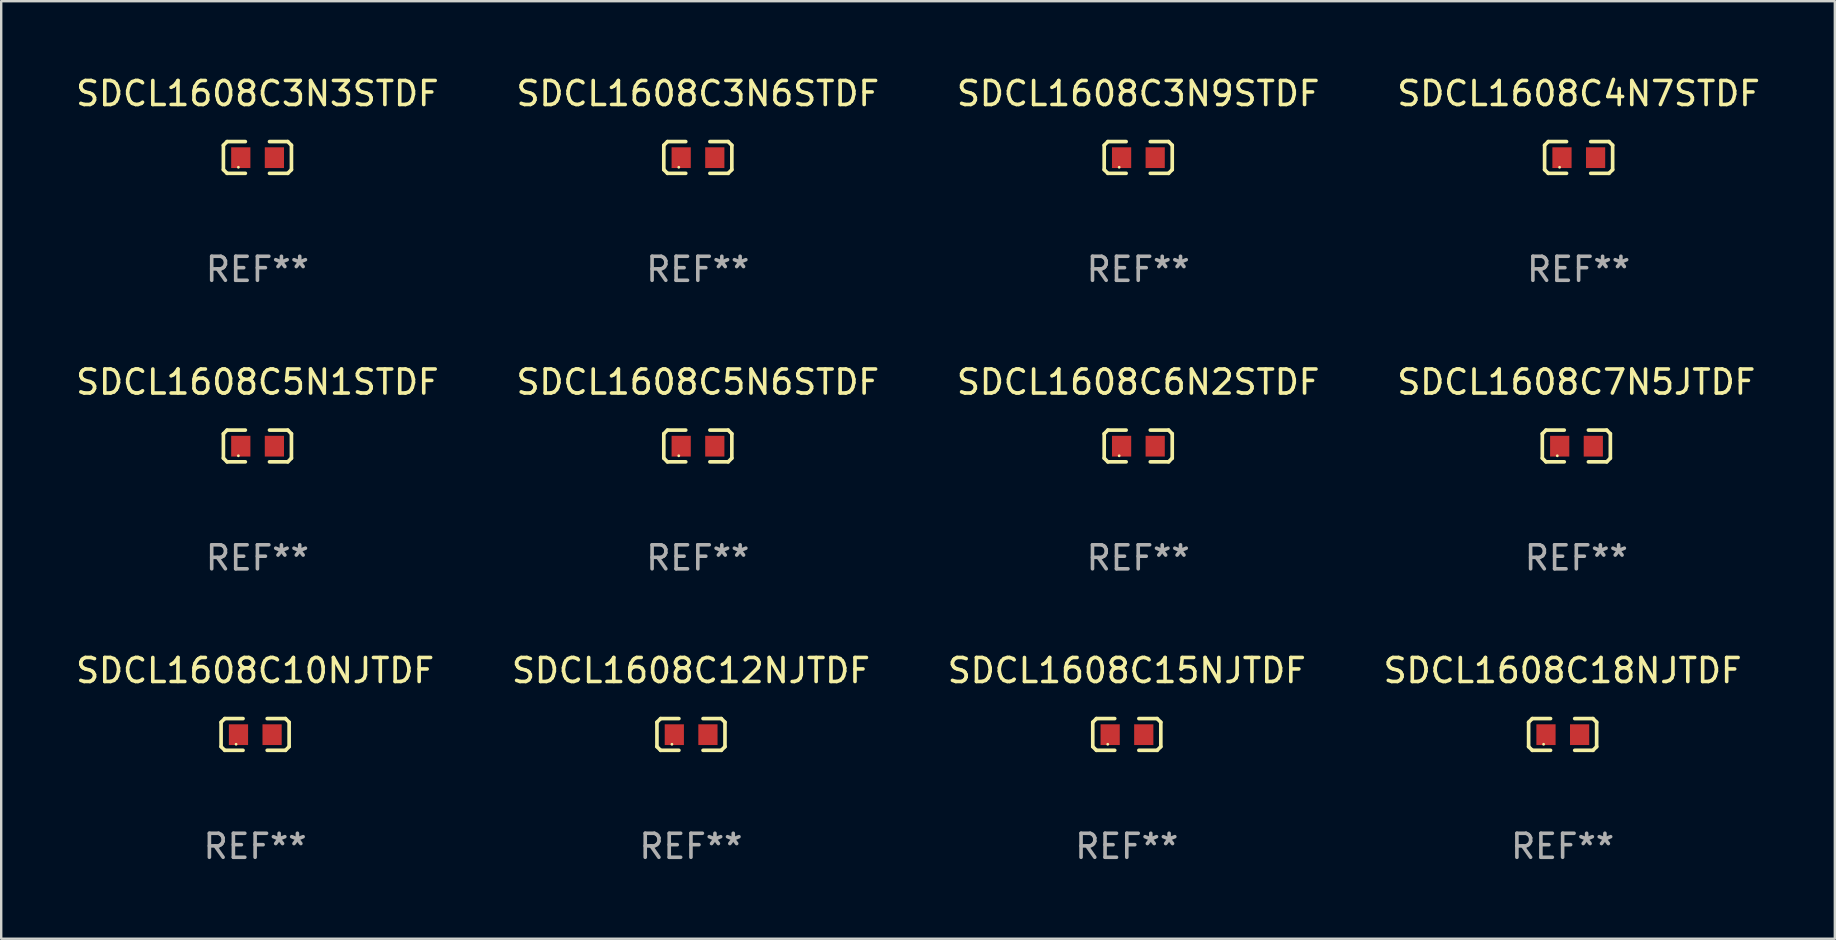
<source format=kicad_pcb>
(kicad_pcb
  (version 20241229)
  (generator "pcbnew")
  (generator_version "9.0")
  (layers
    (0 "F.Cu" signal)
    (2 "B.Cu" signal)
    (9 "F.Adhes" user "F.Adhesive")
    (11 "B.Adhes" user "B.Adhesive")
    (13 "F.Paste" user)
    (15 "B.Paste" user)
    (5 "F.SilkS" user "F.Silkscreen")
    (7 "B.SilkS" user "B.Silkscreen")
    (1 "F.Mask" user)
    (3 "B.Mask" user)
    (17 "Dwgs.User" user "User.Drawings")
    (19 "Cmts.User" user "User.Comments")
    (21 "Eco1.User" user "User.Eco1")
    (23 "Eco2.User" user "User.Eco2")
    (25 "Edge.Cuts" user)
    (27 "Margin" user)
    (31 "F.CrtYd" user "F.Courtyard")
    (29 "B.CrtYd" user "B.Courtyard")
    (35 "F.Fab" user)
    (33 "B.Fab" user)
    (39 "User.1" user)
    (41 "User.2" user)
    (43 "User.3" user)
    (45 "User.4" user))
  (footprint "SDCL1608C7N5JTDF"
    (layer "F.Cu")
    (at 62.613 15.527)
    (property "Reference" "SDCL1608C7N5JTDF" (at 0 -2.661 0) (layer "F.SilkS") (effects (font (size 1 1) (thickness 0.15))))
    (attr through_hole)
    (fp_line (start -1.417 -0.508) (end -1.265 -0.661) (stroke (width 0.152) (type solid)) (layer "F.SilkS"))
    (fp_line (start -1.417 0.508) (end -1.417 -0.508) (stroke (width 0.152) (type solid)) (layer "F.SilkS"))
    (fp_line (start -1.265 -0.661) (end -0.503 -0.661) (stroke (width 0.152) (type solid)) (layer "F.SilkS"))
    (fp_line (start -1.265 0.661) (end -1.417 0.508) (stroke (width 0.152) (type solid)) (layer "F.SilkS"))
    (fp_line (start -1.265 0.661) (end -0.503 0.661) (stroke (width 0.152) (type solid)) (layer "F.SilkS"))
    (fp_line (start 1.265 -0.661) (end 0.503 -0.661) (stroke (width 0.152) (type solid)) (layer "F.SilkS"))
    (fp_line (start 1.265 -0.661) (end 1.417 -0.508) (stroke (width 0.152) (type solid)) (layer "F.SilkS"))
    (fp_line (start 1.265 0.661) (end 0.503 0.661) (stroke (width 0.152) (type solid)) (layer "F.SilkS"))
    (fp_line (start 1.417 -0.508) (end 1.417 0.508) (stroke (width 0.152) (type solid)) (layer "F.SilkS"))
    (fp_line (start 1.417 0.508) (end 1.265 0.661) (stroke (width 0.152) (type solid)) (layer "F.SilkS"))
    (fp_circle (center -0.793 0.409) (end -0.763 0.409) (stroke (width 0.06) (type solid)) (fill no) (layer "F.SilkS"))
    (fp_text user "REF**" (at 0 4.661 0) (layer "F.Fab") (effects (font (size 1 1) (thickness 0.15))))
    (pad "1" smd rect (at -0.693 0.009 180) (size 0.8 0.864) (layers "F.Cu" "F.Mask" "F.Paste"))
    (pad "2" smd rect (at 0.707 0.009 180) (size 0.8 0.864) (layers "F.Cu" "F.Mask" "F.Paste")))
  (footprint "SDCL1608C18NJTDF"
    (layer "F.Cu")
    (at 62.042 27.544)
    (property "Reference" "SDCL1608C18NJTDF" (at 0 -2.661 0) (layer "F.SilkS") (effects (font (size 1 1) (thickness 0.15))))
    (attr through_hole)
    (fp_line (start -1.417 -0.508) (end -1.265 -0.661) (stroke (width 0.152) (type solid)) (layer "F.SilkS"))
    (fp_line (start -1.417 0.508) (end -1.417 -0.508) (stroke (width 0.152) (type solid)) (layer "F.SilkS"))
    (fp_line (start -1.265 -0.661) (end -0.503 -0.661) (stroke (width 0.152) (type solid)) (layer "F.SilkS"))
    (fp_line (start -1.265 0.661) (end -1.417 0.508) (stroke (width 0.152) (type solid)) (layer "F.SilkS"))
    (fp_line (start -1.265 0.661) (end -0.503 0.661) (stroke (width 0.152) (type solid)) (layer "F.SilkS"))
    (fp_line (start 1.265 -0.661) (end 0.503 -0.661) (stroke (width 0.152) (type solid)) (layer "F.SilkS"))
    (fp_line (start 1.265 -0.661) (end 1.417 -0.508) (stroke (width 0.152) (type solid)) (layer "F.SilkS"))
    (fp_line (start 1.265 0.661) (end 0.503 0.661) (stroke (width 0.152) (type solid)) (layer "F.SilkS"))
    (fp_line (start 1.417 -0.508) (end 1.417 0.508) (stroke (width 0.152) (type solid)) (layer "F.SilkS"))
    (fp_line (start 1.417 0.508) (end 1.265 0.661) (stroke (width 0.152) (type solid)) (layer "F.SilkS"))
    (fp_circle (center -0.793 0.409) (end -0.763 0.409) (stroke (width 0.06) (type solid)) (fill no) (layer "F.SilkS"))
    (fp_text user "REF**" (at 0 4.661 0) (layer "F.Fab") (effects (font (size 1 1) (thickness 0.15))))
    (pad "1" smd rect (at -0.693 0.009 180) (size 0.8 0.864) (layers "F.Cu" "F.Mask" "F.Paste"))
    (pad "2" smd rect (at 0.707 0.009 180) (size 0.8 0.864) (layers "F.Cu" "F.Mask" "F.Paste")))
  (footprint "SDCL1608C5N6STDF"
    (layer "F.Cu")
    (at 26.018 15.527)
    (property "Reference" "SDCL1608C5N6STDF" (at 0 -2.661 0) (layer "F.SilkS") (effects (font (size 1 1) (thickness 0.15))))
    (attr through_hole)
    (fp_line (start -1.417 -0.508) (end -1.265 -0.661) (stroke (width 0.152) (type solid)) (layer "F.SilkS"))
    (fp_line (start -1.417 0.508) (end -1.417 -0.508) (stroke (width 0.152) (type solid)) (layer "F.SilkS"))
    (fp_line (start -1.265 -0.661) (end -0.503 -0.661) (stroke (width 0.152) (type solid)) (layer "F.SilkS"))
    (fp_line (start -1.265 0.661) (end -1.417 0.508) (stroke (width 0.152) (type solid)) (layer "F.SilkS"))
    (fp_line (start -1.265 0.661) (end -0.503 0.661) (stroke (width 0.152) (type solid)) (layer "F.SilkS"))
    (fp_line (start 1.265 -0.661) (end 0.503 -0.661) (stroke (width 0.152) (type solid)) (layer "F.SilkS"))
    (fp_line (start 1.265 -0.661) (end 1.417 -0.508) (stroke (width 0.152) (type solid)) (layer "F.SilkS"))
    (fp_line (start 1.265 0.661) (end 0.503 0.661) (stroke (width 0.152) (type solid)) (layer "F.SilkS"))
    (fp_line (start 1.417 -0.508) (end 1.417 0.508) (stroke (width 0.152) (type solid)) (layer "F.SilkS"))
    (fp_line (start 1.417 0.508) (end 1.265 0.661) (stroke (width 0.152) (type solid)) (layer "F.SilkS"))
    (fp_circle (center -0.793 0.409) (end -0.763 0.409) (stroke (width 0.06) (type solid)) (fill no) (layer "F.SilkS"))
    (fp_text user "REF**" (at 0 4.661 0) (layer "F.Fab") (effects (font (size 1 1) (thickness 0.15))))
    (pad "1" smd rect (at -0.693 0.009 180) (size 0.8 0.864) (layers "F.Cu" "F.Mask" "F.Paste"))
    (pad "2" smd rect (at 0.707 0.009 180) (size 0.8 0.864) (layers "F.Cu" "F.Mask" "F.Paste")))
  (footprint "SDCL1608C4N7STDF"
    (layer "F.Cu")
    (at 62.708 3.509)
    (property "Reference" "SDCL1608C4N7STDF" (at 0 -2.661 0) (layer "F.SilkS") (effects (font (size 1 1) (thickness 0.15))))
    (attr through_hole)
    (fp_line (start -1.417 -0.508) (end -1.265 -0.661) (stroke (width 0.152) (type solid)) (layer "F.SilkS"))
    (fp_line (start -1.417 0.508) (end -1.417 -0.508) (stroke (width 0.152) (type solid)) (layer "F.SilkS"))
    (fp_line (start -1.265 -0.661) (end -0.503 -0.661) (stroke (width 0.152) (type solid)) (layer "F.SilkS"))
    (fp_line (start -1.265 0.661) (end -1.417 0.508) (stroke (width 0.152) (type solid)) (layer "F.SilkS"))
    (fp_line (start -1.265 0.661) (end -0.503 0.661) (stroke (width 0.152) (type solid)) (layer "F.SilkS"))
    (fp_line (start 1.265 -0.661) (end 0.503 -0.661) (stroke (width 0.152) (type solid)) (layer "F.SilkS"))
    (fp_line (start 1.265 -0.661) (end 1.417 -0.508) (stroke (width 0.152) (type solid)) (layer "F.SilkS"))
    (fp_line (start 1.265 0.661) (end 0.503 0.661) (stroke (width 0.152) (type solid)) (layer "F.SilkS"))
    (fp_line (start 1.417 -0.508) (end 1.417 0.508) (stroke (width 0.152) (type solid)) (layer "F.SilkS"))
    (fp_line (start 1.417 0.508) (end 1.265 0.661) (stroke (width 0.152) (type solid)) (layer "F.SilkS"))
    (fp_circle (center -0.793 0.409) (end -0.763 0.409) (stroke (width 0.06) (type solid)) (fill no) (layer "F.SilkS"))
    (fp_text user "REF**" (at 0 4.661 0) (layer "F.Fab") (effects (font (size 1 1) (thickness 0.15))))
    (pad "1" smd rect (at -0.693 0.009 180) (size 0.8 0.864) (layers "F.Cu" "F.Mask" "F.Paste"))
    (pad "2" smd rect (at 0.707 0.009 180) (size 0.8 0.864) (layers "F.Cu" "F.Mask" "F.Paste")))
  (footprint "SDCL1608C3N3STDF"
    (layer "F.Cu")
    (at 7.673 3.509)
    (property "Reference" "SDCL1608C3N3STDF" (at 0 -2.661 0) (layer "F.SilkS") (effects (font (size 1 1) (thickness 0.15))))
    (attr through_hole)
    (fp_line (start -1.417 -0.508) (end -1.265 -0.661) (stroke (width 0.152) (type solid)) (layer "F.SilkS"))
    (fp_line (start -1.417 0.508) (end -1.417 -0.508) (stroke (width 0.152) (type solid)) (layer "F.SilkS"))
    (fp_line (start -1.265 -0.661) (end -0.503 -0.661) (stroke (width 0.152) (type solid)) (layer "F.SilkS"))
    (fp_line (start -1.265 0.661) (end -1.417 0.508) (stroke (width 0.152) (type solid)) (layer "F.SilkS"))
    (fp_line (start -1.265 0.661) (end -0.503 0.661) (stroke (width 0.152) (type solid)) (layer "F.SilkS"))
    (fp_line (start 1.265 -0.661) (end 0.503 -0.661) (stroke (width 0.152) (type solid)) (layer "F.SilkS"))
    (fp_line (start 1.265 -0.661) (end 1.417 -0.508) (stroke (width 0.152) (type solid)) (layer "F.SilkS"))
    (fp_line (start 1.265 0.661) (end 0.503 0.661) (stroke (width 0.152) (type solid)) (layer "F.SilkS"))
    (fp_line (start 1.417 -0.508) (end 1.417 0.508) (stroke (width 0.152) (type solid)) (layer "F.SilkS"))
    (fp_line (start 1.417 0.508) (end 1.265 0.661) (stroke (width 0.152) (type solid)) (layer "F.SilkS"))
    (fp_circle (center -0.793 0.409) (end -0.763 0.409) (stroke (width 0.06) (type solid)) (fill no) (layer "F.SilkS"))
    (fp_text user "REF**" (at 0 4.661 0) (layer "F.Fab") (effects (font (size 1 1) (thickness 0.15))))
    (pad "1" smd rect (at -0.693 0.009 180) (size 0.8 0.864) (layers "F.Cu" "F.Mask" "F.Paste"))
    (pad "2" smd rect (at 0.707 0.009 180) (size 0.8 0.864) (layers "F.Cu" "F.Mask" "F.Paste")))
  (footprint "SDCL1608C3N9STDF"
    (layer "F.Cu")
    (at 44.363 3.509)
    (property "Reference" "SDCL1608C3N9STDF" (at 0 -2.661 0) (layer "F.SilkS") (effects (font (size 1 1) (thickness 0.15))))
    (attr through_hole)
    (fp_line (start -1.417 -0.508) (end -1.265 -0.661) (stroke (width 0.152) (type solid)) (layer "F.SilkS"))
    (fp_line (start -1.417 0.508) (end -1.417 -0.508) (stroke (width 0.152) (type solid)) (layer "F.SilkS"))
    (fp_line (start -1.265 -0.661) (end -0.503 -0.661) (stroke (width 0.152) (type solid)) (layer "F.SilkS"))
    (fp_line (start -1.265 0.661) (end -1.417 0.508) (stroke (width 0.152) (type solid)) (layer "F.SilkS"))
    (fp_line (start -1.265 0.661) (end -0.503 0.661) (stroke (width 0.152) (type solid)) (layer "F.SilkS"))
    (fp_line (start 1.265 -0.661) (end 0.503 -0.661) (stroke (width 0.152) (type solid)) (layer "F.SilkS"))
    (fp_line (start 1.265 -0.661) (end 1.417 -0.508) (stroke (width 0.152) (type solid)) (layer "F.SilkS"))
    (fp_line (start 1.265 0.661) (end 0.503 0.661) (stroke (width 0.152) (type solid)) (layer "F.SilkS"))
    (fp_line (start 1.417 -0.508) (end 1.417 0.508) (stroke (width 0.152) (type solid)) (layer "F.SilkS"))
    (fp_line (start 1.417 0.508) (end 1.265 0.661) (stroke (width 0.152) (type solid)) (layer "F.SilkS"))
    (fp_circle (center -0.793 0.409) (end -0.763 0.409) (stroke (width 0.06) (type solid)) (fill no) (layer "F.SilkS"))
    (fp_text user "REF**" (at 0 4.661 0) (layer "F.Fab") (effects (font (size 1 1) (thickness 0.15))))
    (pad "1" smd rect (at -0.693 0.009 180) (size 0.8 0.864) (layers "F.Cu" "F.Mask" "F.Paste"))
    (pad "2" smd rect (at 0.707 0.009 180) (size 0.8 0.864) (layers "F.Cu" "F.Mask" "F.Paste")))
  (footprint "SDCL1608C3N6STDF"
    (layer "F.Cu")
    (at 26.018 3.509)
    (property "Reference" "SDCL1608C3N6STDF" (at 0 -2.661 0) (layer "F.SilkS") (effects (font (size 1 1) (thickness 0.15))))
    (attr through_hole)
    (fp_line (start -1.417 -0.508) (end -1.265 -0.661) (stroke (width 0.152) (type solid)) (layer "F.SilkS"))
    (fp_line (start -1.417 0.508) (end -1.417 -0.508) (stroke (width 0.152) (type solid)) (layer "F.SilkS"))
    (fp_line (start -1.265 -0.661) (end -0.503 -0.661) (stroke (width 0.152) (type solid)) (layer "F.SilkS"))
    (fp_line (start -1.265 0.661) (end -1.417 0.508) (stroke (width 0.152) (type solid)) (layer "F.SilkS"))
    (fp_line (start -1.265 0.661) (end -0.503 0.661) (stroke (width 0.152) (type solid)) (layer "F.SilkS"))
    (fp_line (start 1.265 -0.661) (end 0.503 -0.661) (stroke (width 0.152) (type solid)) (layer "F.SilkS"))
    (fp_line (start 1.265 -0.661) (end 1.417 -0.508) (stroke (width 0.152) (type solid)) (layer "F.SilkS"))
    (fp_line (start 1.265 0.661) (end 0.503 0.661) (stroke (width 0.152) (type solid)) (layer "F.SilkS"))
    (fp_line (start 1.417 -0.508) (end 1.417 0.508) (stroke (width 0.152) (type solid)) (layer "F.SilkS"))
    (fp_line (start 1.417 0.508) (end 1.265 0.661) (stroke (width 0.152) (type solid)) (layer "F.SilkS"))
    (fp_circle (center -0.793 0.409) (end -0.763 0.409) (stroke (width 0.06) (type solid)) (fill no) (layer "F.SilkS"))
    (fp_text user "REF**" (at 0 4.661 0) (layer "F.Fab") (effects (font (size 1 1) (thickness 0.15))))
    (pad "1" smd rect (at -0.693 0.009 180) (size 0.8 0.864) (layers "F.Cu" "F.Mask" "F.Paste"))
    (pad "2" smd rect (at 0.707 0.009 180) (size 0.8 0.864) (layers "F.Cu" "F.Mask" "F.Paste")))
  (footprint "SDCL1608C5N1STDF"
    (layer "F.Cu")
    (at 7.673 15.527)
    (property "Reference" "SDCL1608C5N1STDF" (at 0 -2.661 0) (layer "F.SilkS") (effects (font (size 1 1) (thickness 0.15))))
    (attr through_hole)
    (fp_line (start -1.417 -0.508) (end -1.265 -0.661) (stroke (width 0.152) (type solid)) (layer "F.SilkS"))
    (fp_line (start -1.417 0.508) (end -1.417 -0.508) (stroke (width 0.152) (type solid)) (layer "F.SilkS"))
    (fp_line (start -1.265 -0.661) (end -0.503 -0.661) (stroke (width 0.152) (type solid)) (layer "F.SilkS"))
    (fp_line (start -1.265 0.661) (end -1.417 0.508) (stroke (width 0.152) (type solid)) (layer "F.SilkS"))
    (fp_line (start -1.265 0.661) (end -0.503 0.661) (stroke (width 0.152) (type solid)) (layer "F.SilkS"))
    (fp_line (start 1.265 -0.661) (end 0.503 -0.661) (stroke (width 0.152) (type solid)) (layer "F.SilkS"))
    (fp_line (start 1.265 -0.661) (end 1.417 -0.508) (stroke (width 0.152) (type solid)) (layer "F.SilkS"))
    (fp_line (start 1.265 0.661) (end 0.503 0.661) (stroke (width 0.152) (type solid)) (layer "F.SilkS"))
    (fp_line (start 1.417 -0.508) (end 1.417 0.508) (stroke (width 0.152) (type solid)) (layer "F.SilkS"))
    (fp_line (start 1.417 0.508) (end 1.265 0.661) (stroke (width 0.152) (type solid)) (layer "F.SilkS"))
    (fp_circle (center -0.793 0.409) (end -0.763 0.409) (stroke (width 0.06) (type solid)) (fill no) (layer "F.SilkS"))
    (fp_text user "REF**" (at 0 4.661 0) (layer "F.Fab") (effects (font (size 1 1) (thickness 0.15))))
    (pad "1" smd rect (at -0.693 0.009 180) (size 0.8 0.864) (layers "F.Cu" "F.Mask" "F.Paste"))
    (pad "2" smd rect (at 0.707 0.009 180) (size 0.8 0.864) (layers "F.Cu" "F.Mask" "F.Paste")))
  (footprint "SDCL1608C15NJTDF"
    (layer "F.Cu")
    (at 43.887 27.544)
    (property "Reference" "SDCL1608C15NJTDF" (at 0 -2.661 0) (layer "F.SilkS") (effects (font (size 1 1) (thickness 0.15))))
    (attr through_hole)
    (fp_line (start -1.417 -0.508) (end -1.265 -0.661) (stroke (width 0.152) (type solid)) (layer "F.SilkS"))
    (fp_line (start -1.417 0.508) (end -1.417 -0.508) (stroke (width 0.152) (type solid)) (layer "F.SilkS"))
    (fp_line (start -1.265 -0.661) (end -0.503 -0.661) (stroke (width 0.152) (type solid)) (layer "F.SilkS"))
    (fp_line (start -1.265 0.661) (end -1.417 0.508) (stroke (width 0.152) (type solid)) (layer "F.SilkS"))
    (fp_line (start -1.265 0.661) (end -0.503 0.661) (stroke (width 0.152) (type solid)) (layer "F.SilkS"))
    (fp_line (start 1.265 -0.661) (end 0.503 -0.661) (stroke (width 0.152) (type solid)) (layer "F.SilkS"))
    (fp_line (start 1.265 -0.661) (end 1.417 -0.508) (stroke (width 0.152) (type solid)) (layer "F.SilkS"))
    (fp_line (start 1.265 0.661) (end 0.503 0.661) (stroke (width 0.152) (type solid)) (layer "F.SilkS"))
    (fp_line (start 1.417 -0.508) (end 1.417 0.508) (stroke (width 0.152) (type solid)) (layer "F.SilkS"))
    (fp_line (start 1.417 0.508) (end 1.265 0.661) (stroke (width 0.152) (type solid)) (layer "F.SilkS"))
    (fp_circle (center -0.793 0.409) (end -0.763 0.409) (stroke (width 0.06) (type solid)) (fill no) (layer "F.SilkS"))
    (fp_text user "REF**" (at 0 4.661 0) (layer "F.Fab") (effects (font (size 1 1) (thickness 0.15))))
    (pad "1" smd rect (at -0.693 0.009 180) (size 0.8 0.864) (layers "F.Cu" "F.Mask" "F.Paste"))
    (pad "2" smd rect (at 0.707 0.009 180) (size 0.8 0.864) (layers "F.Cu" "F.Mask" "F.Paste")))
  (footprint "SDCL1608C6N2STDF"
    (layer "F.Cu")
    (at 44.363 15.527)
    (property "Reference" "SDCL1608C6N2STDF" (at 0 -2.661 0) (layer "F.SilkS") (effects (font (size 1 1) (thickness 0.15))))
    (attr through_hole)
    (fp_line (start -1.417 -0.508) (end -1.265 -0.661) (stroke (width 0.152) (type solid)) (layer "F.SilkS"))
    (fp_line (start -1.417 0.508) (end -1.417 -0.508) (stroke (width 0.152) (type solid)) (layer "F.SilkS"))
    (fp_line (start -1.265 -0.661) (end -0.503 -0.661) (stroke (width 0.152) (type solid)) (layer "F.SilkS"))
    (fp_line (start -1.265 0.661) (end -1.417 0.508) (stroke (width 0.152) (type solid)) (layer "F.SilkS"))
    (fp_line (start -1.265 0.661) (end -0.503 0.661) (stroke (width 0.152) (type solid)) (layer "F.SilkS"))
    (fp_line (start 1.265 -0.661) (end 0.503 -0.661) (stroke (width 0.152) (type solid)) (layer "F.SilkS"))
    (fp_line (start 1.265 -0.661) (end 1.417 -0.508) (stroke (width 0.152) (type solid)) (layer "F.SilkS"))
    (fp_line (start 1.265 0.661) (end 0.503 0.661) (stroke (width 0.152) (type solid)) (layer "F.SilkS"))
    (fp_line (start 1.417 -0.508) (end 1.417 0.508) (stroke (width 0.152) (type solid)) (layer "F.SilkS"))
    (fp_line (start 1.417 0.508) (end 1.265 0.661) (stroke (width 0.152) (type solid)) (layer "F.SilkS"))
    (fp_circle (center -0.793 0.409) (end -0.763 0.409) (stroke (width 0.06) (type solid)) (fill no) (layer "F.SilkS"))
    (fp_text user "REF**" (at 0 4.661 0) (layer "F.Fab") (effects (font (size 1 1) (thickness 0.15))))
    (pad "1" smd rect (at -0.693 0.009 180) (size 0.8 0.864) (layers "F.Cu" "F.Mask" "F.Paste"))
    (pad "2" smd rect (at 0.707 0.009 180) (size 0.8 0.864) (layers "F.Cu" "F.Mask" "F.Paste")))
  (footprint "SDCL1608C12NJTDF"
    (layer "F.Cu")
    (at 25.732 27.544)
    (property "Reference" "SDCL1608C12NJTDF" (at 0 -2.661 0) (layer "F.SilkS") (effects (font (size 1 1) (thickness 0.15))))
    (attr through_hole)
    (fp_line (start -1.417 -0.508) (end -1.265 -0.661) (stroke (width 0.152) (type solid)) (layer "F.SilkS"))
    (fp_line (start -1.417 0.508) (end -1.417 -0.508) (stroke (width 0.152) (type solid)) (layer "F.SilkS"))
    (fp_line (start -1.265 -0.661) (end -0.503 -0.661) (stroke (width 0.152) (type solid)) (layer "F.SilkS"))
    (fp_line (start -1.265 0.661) (end -1.417 0.508) (stroke (width 0.152) (type solid)) (layer "F.SilkS"))
    (fp_line (start -1.265 0.661) (end -0.503 0.661) (stroke (width 0.152) (type solid)) (layer "F.SilkS"))
    (fp_line (start 1.265 -0.661) (end 0.503 -0.661) (stroke (width 0.152) (type solid)) (layer "F.SilkS"))
    (fp_line (start 1.265 -0.661) (end 1.417 -0.508) (stroke (width 0.152) (type solid)) (layer "F.SilkS"))
    (fp_line (start 1.265 0.661) (end 0.503 0.661) (stroke (width 0.152) (type solid)) (layer "F.SilkS"))
    (fp_line (start 1.417 -0.508) (end 1.417 0.508) (stroke (width 0.152) (type solid)) (layer "F.SilkS"))
    (fp_line (start 1.417 0.508) (end 1.265 0.661) (stroke (width 0.152) (type solid)) (layer "F.SilkS"))
    (fp_circle (center -0.793 0.409) (end -0.763 0.409) (stroke (width 0.06) (type solid)) (fill no) (layer "F.SilkS"))
    (fp_text user "REF**" (at 0 4.661 0) (layer "F.Fab") (effects (font (size 1 1) (thickness 0.15))))
    (pad "1" smd rect (at -0.693 0.009 180) (size 0.8 0.864) (layers "F.Cu" "F.Mask" "F.Paste"))
    (pad "2" smd rect (at 0.707 0.009 180) (size 0.8 0.864) (layers "F.Cu" "F.Mask" "F.Paste")))
  (footprint "SDCL1608C10NJTDF"
    (layer "F.Cu")
    (at 7.577 27.544)
    (property "Reference" "SDCL1608C10NJTDF" (at 0 -2.661 0) (layer "F.SilkS") (effects (font (size 1 1) (thickness 0.15))))
    (attr through_hole)
    (fp_line (start -1.417 -0.508) (end -1.265 -0.661) (stroke (width 0.152) (type solid)) (layer "F.SilkS"))
    (fp_line (start -1.417 0.508) (end -1.417 -0.508) (stroke (width 0.152) (type solid)) (layer "F.SilkS"))
    (fp_line (start -1.265 -0.661) (end -0.503 -0.661) (stroke (width 0.152) (type solid)) (layer "F.SilkS"))
    (fp_line (start -1.265 0.661) (end -1.417 0.508) (stroke (width 0.152) (type solid)) (layer "F.SilkS"))
    (fp_line (start -1.265 0.661) (end -0.503 0.661) (stroke (width 0.152) (type solid)) (layer "F.SilkS"))
    (fp_line (start 1.265 -0.661) (end 0.503 -0.661) (stroke (width 0.152) (type solid)) (layer "F.SilkS"))
    (fp_line (start 1.265 -0.661) (end 1.417 -0.508) (stroke (width 0.152) (type solid)) (layer "F.SilkS"))
    (fp_line (start 1.265 0.661) (end 0.503 0.661) (stroke (width 0.152) (type solid)) (layer "F.SilkS"))
    (fp_line (start 1.417 -0.508) (end 1.417 0.508) (stroke (width 0.152) (type solid)) (layer "F.SilkS"))
    (fp_line (start 1.417 0.508) (end 1.265 0.661) (stroke (width 0.152) (type solid)) (layer "F.SilkS"))
    (fp_circle (center -0.793 0.409) (end -0.763 0.409) (stroke (width 0.06) (type solid)) (fill no) (layer "F.SilkS"))
    (fp_text user "REF**" (at 0 4.661 0) (layer "F.Fab") (effects (font (size 1 1) (thickness 0.15))))
    (pad "1" smd rect (at -0.693 0.009 180) (size 0.8 0.864) (layers "F.Cu" "F.Mask" "F.Paste"))
    (pad "2" smd rect (at 0.707 0.009 180) (size 0.8 0.864) (layers "F.Cu" "F.Mask" "F.Paste")))
  (gr_rect
    (start -3 -3)
    (end 73.381 36.053)
    (stroke (width 0.1) (type default))
    (fill no)
    (layer "Edge.Cuts")))
</source>
